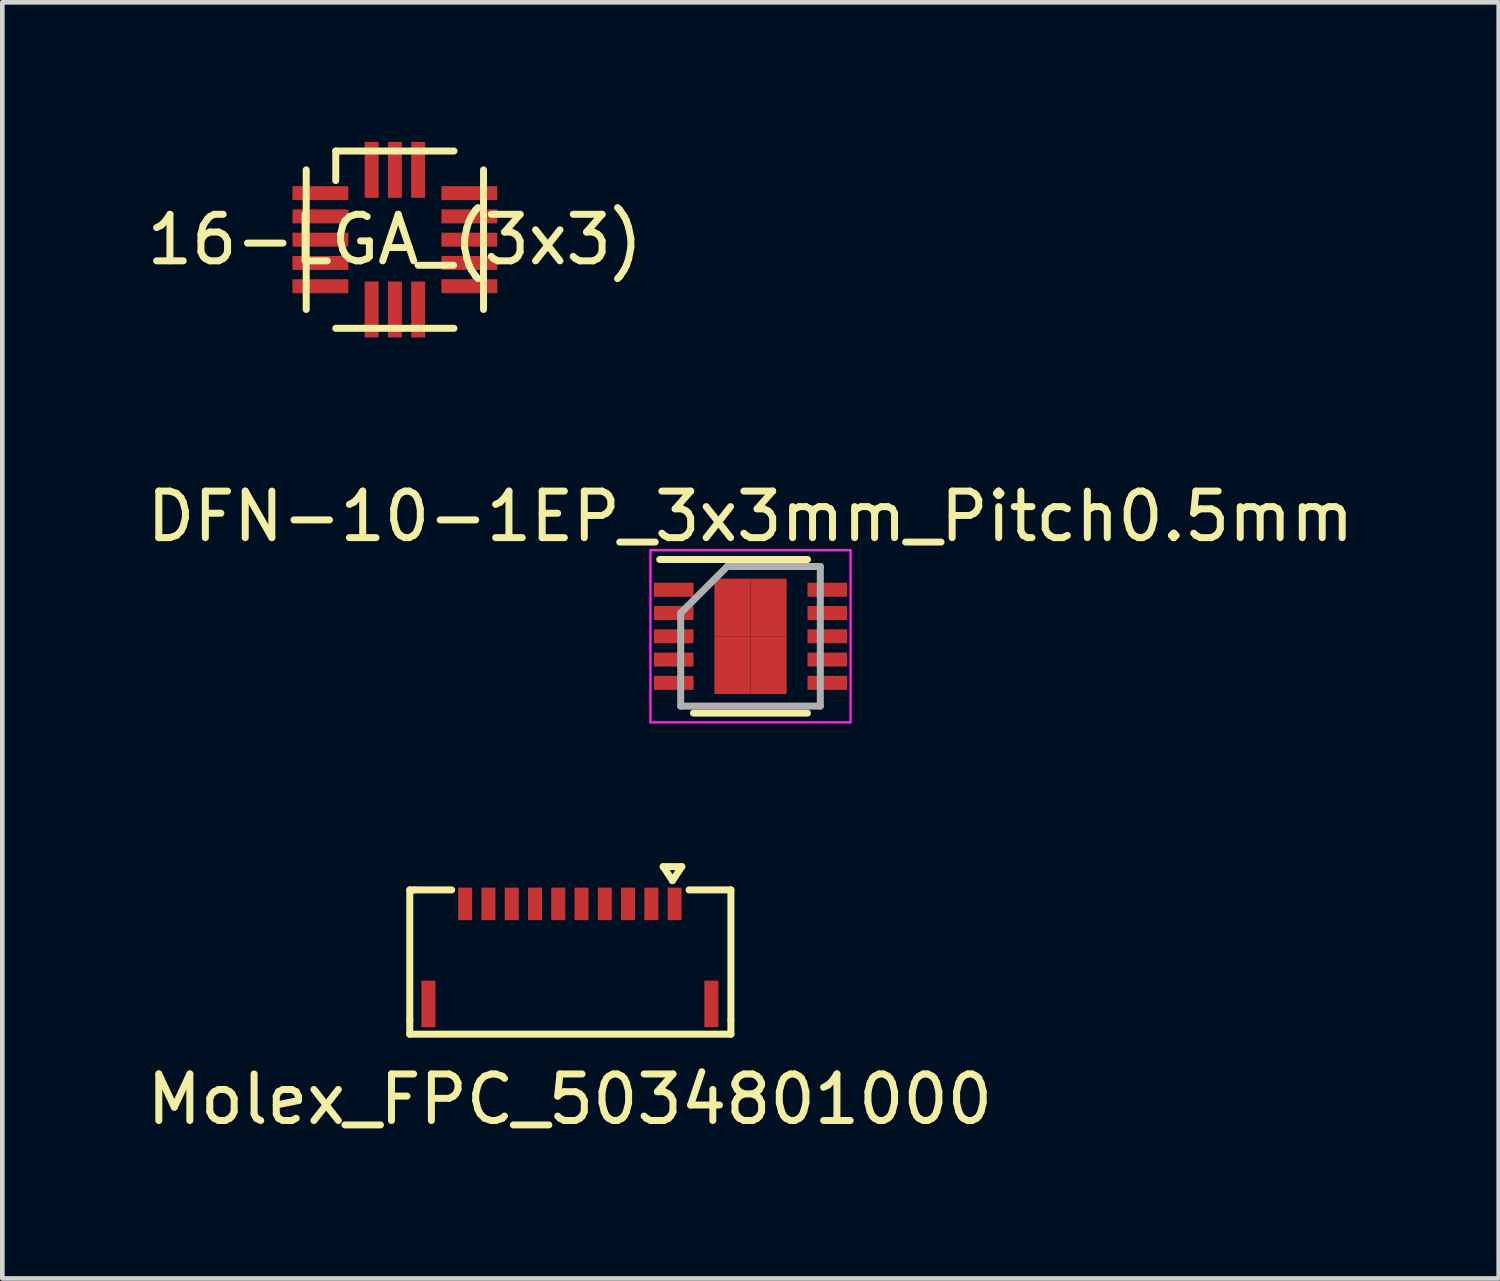
<source format=kicad_pcb>
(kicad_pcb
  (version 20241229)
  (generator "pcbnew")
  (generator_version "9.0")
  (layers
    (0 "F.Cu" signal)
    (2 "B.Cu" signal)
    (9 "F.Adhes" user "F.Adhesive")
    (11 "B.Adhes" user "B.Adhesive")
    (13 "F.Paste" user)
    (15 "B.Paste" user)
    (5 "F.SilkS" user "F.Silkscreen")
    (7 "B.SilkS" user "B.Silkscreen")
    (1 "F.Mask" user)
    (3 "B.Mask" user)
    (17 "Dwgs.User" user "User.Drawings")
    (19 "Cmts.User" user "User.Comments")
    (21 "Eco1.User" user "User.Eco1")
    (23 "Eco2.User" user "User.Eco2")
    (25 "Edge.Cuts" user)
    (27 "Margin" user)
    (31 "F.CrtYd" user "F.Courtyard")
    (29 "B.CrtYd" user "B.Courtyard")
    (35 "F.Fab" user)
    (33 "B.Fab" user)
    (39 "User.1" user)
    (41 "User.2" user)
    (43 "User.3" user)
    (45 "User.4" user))
  (footprint "16-LGA_(3x3)"
    (layer "F.Cu")
    (at 5.435 2.1)
    (property "Reference" "16-LGA_(3x3)" (at 0 0 0) (layer "F.SilkS") (effects (font (size 1 1) (thickness 0.15))))
    (attr through_hole)
    (fp_line (start -1.905 -1.5) (end -1.905 1.5) (stroke (width 0.15) (type solid)) (layer "F.SilkS"))
    (fp_line (start -1.27 -1.905) (end -1.27 -1.27) (stroke (width 0.15) (type solid)) (layer "F.SilkS"))
    (fp_line (start -1.27 -1.905) (end 1.27 -1.905) (stroke (width 0.15) (type solid)) (layer "F.SilkS"))
    (fp_line (start -1.27 1.905) (end 1.27 1.905) (stroke (width 0.15) (type solid)) (layer "F.SilkS"))
    (fp_line (start 1.905 -1.5) (end 1.905 1.5) (stroke (width 0.15) (type solid)) (layer "F.SilkS"))
    (pad "1" smd rect (at -1.6 -1) (size 1.2 0.3) (layers "F.Cu" "F.Mask" "F.Paste"))
    (pad "2" smd rect (at -1.6 -0.5) (size 1.2 0.3) (layers "F.Cu" "F.Mask" "F.Paste"))
    (pad "3" smd rect (at -1.6 0) (size 1.2 0.3) (layers "F.Cu" "F.Mask" "F.Paste"))
    (pad "4" smd rect (at -1.6 0.5) (size 1.2 0.3) (layers "F.Cu" "F.Mask" "F.Paste"))
    (pad "5" smd rect (at -1.6 1) (size 1.2 0.3) (layers "F.Cu" "F.Mask" "F.Paste"))
    (pad "6" smd rect (at -0.5 1.5) (size 0.3 1.2) (layers "F.Cu" "F.Mask" "F.Paste"))
    (pad "7" smd rect (at 0 1.5) (size 0.3 1.2) (layers "F.Cu" "F.Mask" "F.Paste"))
    (pad "8" smd rect (at 0.5 1.5) (size 0.3 1.2) (layers "F.Cu" "F.Mask" "F.Paste"))
    (pad "9" smd rect (at 1.6 1) (size 1.2 0.3) (layers "F.Cu" "F.Mask" "F.Paste"))
    (pad "10" smd rect (at 1.6 0.5) (size 1.2 0.3) (layers "F.Cu" "F.Mask" "F.Paste"))
    (pad "11" smd rect (at 1.6 0) (size 1.2 0.3) (layers "F.Cu" "F.Mask" "F.Paste"))
    (pad "12" smd rect (at 1.6 -0.5) (size 1.2 0.3) (layers "F.Cu" "F.Mask" "F.Paste"))
    (pad "13" smd rect (at 1.6 -1) (size 1.2 0.3) (layers "F.Cu" "F.Mask" "F.Paste"))
    (pad "14" smd rect (at 0.5 -1.5) (size 0.3 1.2) (layers "F.Cu" "F.Mask" "F.Paste"))
    (pad "15" smd rect (at 0 -1.5) (size 0.3 1.2) (layers "F.Cu" "F.Mask" "F.Paste"))
    (pad "16" smd rect (at -0.5 -1.5) (size 0.3 1.2) (layers "F.Cu" "F.Mask" "F.Paste")))
  (footprint "DFN-10-1EP_3x3mm_Pitch0.5mm"
    (layer "F.Cu")
    (at 13.077 10.623)
    (property "Reference" "DFN-10-1EP_3x3mm_Pitch0.5mm" (at 0 -2.575 0) (layer "F.SilkS") (effects (font (size 1 1) (thickness 0.15))))
    (attr smd)
    (fp_line (start -1.95 -1.65) (end 1.225 -1.65) (stroke (width 0.15) (type solid)) (layer "F.SilkS"))
    (fp_line (start -1.225 1.65) (end 1.225 1.65) (stroke (width 0.15) (type solid)) (layer "F.SilkS"))
    (fp_line (start -2.15 -1.85) (end -2.15 1.85) (stroke (width 0.05) (type solid)) (layer "F.CrtYd"))
    (fp_line (start -2.15 -1.85) (end 2.15 -1.85) (stroke (width 0.05) (type solid)) (layer "F.CrtYd"))
    (fp_line (start -2.15 1.85) (end 2.15 1.85) (stroke (width 0.05) (type solid)) (layer "F.CrtYd"))
    (fp_line (start 2.15 -1.85) (end 2.15 1.85) (stroke (width 0.05) (type solid)) (layer "F.CrtYd"))
    (fp_line (start -1.5 -0.5) (end -0.5 -1.5) (stroke (width 0.15) (type solid)) (layer "F.Fab"))
    (fp_line (start -1.5 1.5) (end -1.5 -0.5) (stroke (width 0.15) (type solid)) (layer "F.Fab"))
    (fp_line (start -0.5 -1.5) (end 1.5 -1.5) (stroke (width 0.15) (type solid)) (layer "F.Fab"))
    (fp_line (start 1.5 -1.5) (end 1.5 1.5) (stroke (width 0.15) (type solid)) (layer "F.Fab"))
    (fp_line (start 1.5 1.5) (end -1.5 1.5) (stroke (width 0.15) (type solid)) (layer "F.Fab"))
    (pad "1" smd rect (at -1.65 -1) (size 0.85 0.3) (layers "F.Cu" "F.Mask" "F.Paste"))
    (pad "2" smd rect (at -1.65 -0.5) (size 0.85 0.3) (layers "F.Cu" "F.Mask" "F.Paste"))
    (pad "3" smd rect (at -1.65 0) (size 0.85 0.3) (layers "F.Cu" "F.Mask" "F.Paste"))
    (pad "4" smd rect (at -1.65 0.5) (size 0.85 0.3) (layers "F.Cu" "F.Mask" "F.Paste"))
    (pad "5" smd rect (at -1.65 1) (size 0.85 0.3) (layers "F.Cu" "F.Mask" "F.Paste"))
    (pad "6" smd rect (at 1.65 1) (size 0.85 0.3) (layers "F.Cu" "F.Mask" "F.Paste"))
    (pad "7" smd rect (at 1.65 0.5) (size 0.85 0.3) (layers "F.Cu" "F.Mask" "F.Paste"))
    (pad "8" smd rect (at 1.65 0) (size 0.85 0.3) (layers "F.Cu" "F.Mask" "F.Paste"))
    (pad "9" smd rect (at 1.65 -0.5) (size 0.85 0.3) (layers "F.Cu" "F.Mask" "F.Paste"))
    (pad "10" smd rect (at 1.65 -1) (size 0.85 0.3) (layers "F.Cu" "F.Mask" "F.Paste"))
    (pad "11" smd rect (at -0.388 -0.62) (size 0.775 1.24) (layers "F.Cu" "F.Mask" "F.Paste"))
    (pad "11" smd rect (at -0.388 0.62) (size 0.775 1.24) (layers "F.Cu" "F.Mask" "F.Paste"))
    (pad "11" smd rect (at 0.388 -0.62) (size 0.775 1.24) (layers "F.Cu" "F.Mask" "F.Paste"))
    (pad "11" smd rect (at 0.388 0.62) (size 0.775 1.24) (layers "F.Cu" "F.Mask" "F.Paste")))
  (footprint "Molex_FPC_5034801000"
    (layer "F.Cu")
    (at 9.196 19.173)
    (property "Reference" "Molex_FPC_5034801000" (at 0 1.4 0) (layer "F.SilkS") (effects (font (size 1 1) (thickness 0.15))))
    (attr through_hole)
    (fp_line (start -3.44 -3.1) (end -3.44 -0.3) (stroke (width 0.15) (type solid)) (layer "F.SilkS"))
    (fp_line (start -3.44 -0.3) (end -3.44 0) (stroke (width 0.15) (type solid)) (layer "F.SilkS"))
    (fp_line (start -3.44 0) (end 3.46 0) (stroke (width 0.15) (type solid)) (layer "F.SilkS"))
    (fp_line (start -3.34 -3.1) (end -3.44 -3.1) (stroke (width 0.15) (type solid)) (layer "F.SilkS"))
    (fp_line (start -2.54 -3.1) (end -3.34 -3.1) (stroke (width 0.15) (type solid)) (layer "F.SilkS"))
    (fp_line (start 2.005 -3.6) (end 2.205 -3.3) (stroke (width 0.15) (type solid)) (layer "F.SilkS"))
    (fp_line (start 2.205 -3.3) (end 2.405 -3.6) (stroke (width 0.15) (type solid)) (layer "F.SilkS"))
    (fp_line (start 2.405 -3.6) (end 2.005 -3.6) (stroke (width 0.15) (type solid)) (layer "F.SilkS"))
    (fp_line (start 2.56 -3.1) (end 3.46 -3.1) (stroke (width 0.15) (type solid)) (layer "F.SilkS"))
    (fp_line (start 3.46 -0.3) (end 3.46 -3.1) (stroke (width 0.15) (type solid)) (layer "F.SilkS"))
    (fp_line (start 3.46 0) (end 3.46 -0.3) (stroke (width 0.15) (type solid)) (layer "F.SilkS"))
    (pad "" smd rect (at -3.04 -0.65) (size 0.3 1) (layers "F.Cu" "F.Mask" "F.Paste"))
    (pad "" smd rect (at 3.04 -0.65) (size 0.3 1) (layers "F.Cu" "F.Mask" "F.Paste"))
    (pad "1" smd rect (at 2.25 -2.8) (size 0.3 0.7) (layers "F.Cu" "F.Mask" "F.Paste"))
    (pad "2" smd rect (at 1.75 -2.8) (size 0.3 0.7) (layers "F.Cu" "F.Mask" "F.Paste"))
    (pad "3" smd rect (at 1.25 -2.8) (size 0.3 0.7) (layers "F.Cu" "F.Mask" "F.Paste"))
    (pad "4" smd rect (at 0.75 -2.8) (size 0.3 0.7) (layers "F.Cu" "F.Mask" "F.Paste"))
    (pad "5" smd rect (at 0.25 -2.8) (size 0.3 0.7) (layers "F.Cu" "F.Mask" "F.Paste"))
    (pad "6" smd rect (at -0.25 -2.8) (size 0.3 0.7) (layers "F.Cu" "F.Mask" "F.Paste"))
    (pad "7" smd rect (at -0.75 -2.8) (size 0.3 0.7) (layers "F.Cu" "F.Mask" "F.Paste"))
    (pad "8" smd rect (at -1.25 -2.8) (size 0.3 0.7) (layers "F.Cu" "F.Mask" "F.Paste"))
    (pad "9" smd rect (at -1.75 -2.8) (size 0.3 0.7) (layers "F.Cu" "F.Mask" "F.Paste"))
    (pad "10" smd rect (at -2.25 -2.8) (size 0.3 0.7) (layers "F.Cu" "F.Mask" "F.Paste")))
  (gr_rect
    (start -3 -3)
    (end 29.155 24.422)
    (stroke (width 0.1) (type default))
    (fill no)
    (layer "Edge.Cuts")))
</source>
